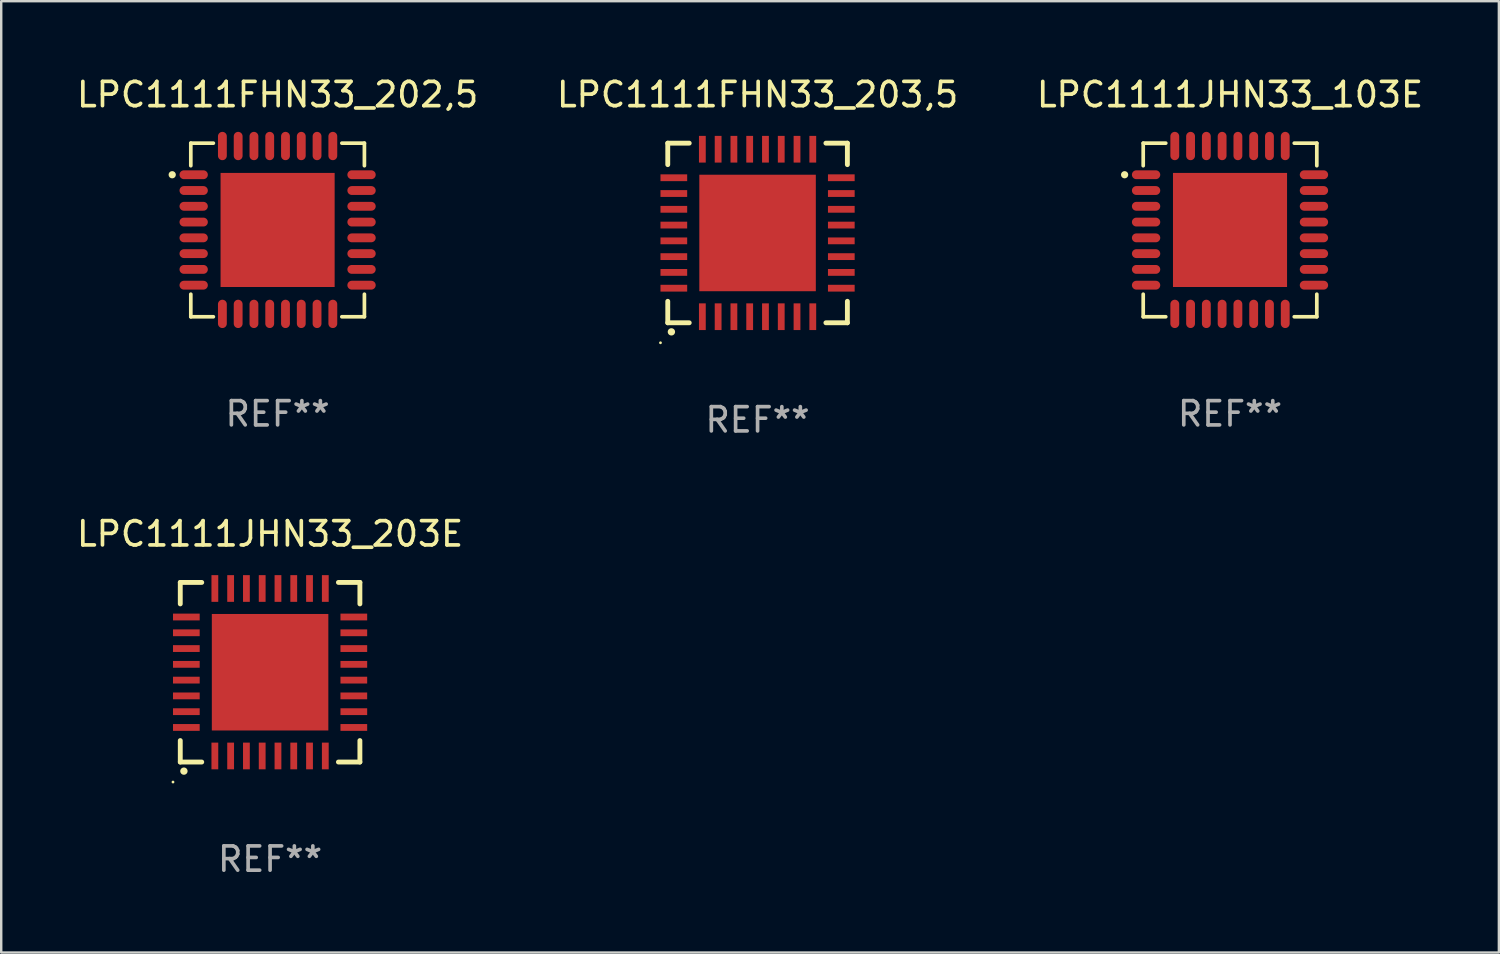
<source format=kicad_pcb>
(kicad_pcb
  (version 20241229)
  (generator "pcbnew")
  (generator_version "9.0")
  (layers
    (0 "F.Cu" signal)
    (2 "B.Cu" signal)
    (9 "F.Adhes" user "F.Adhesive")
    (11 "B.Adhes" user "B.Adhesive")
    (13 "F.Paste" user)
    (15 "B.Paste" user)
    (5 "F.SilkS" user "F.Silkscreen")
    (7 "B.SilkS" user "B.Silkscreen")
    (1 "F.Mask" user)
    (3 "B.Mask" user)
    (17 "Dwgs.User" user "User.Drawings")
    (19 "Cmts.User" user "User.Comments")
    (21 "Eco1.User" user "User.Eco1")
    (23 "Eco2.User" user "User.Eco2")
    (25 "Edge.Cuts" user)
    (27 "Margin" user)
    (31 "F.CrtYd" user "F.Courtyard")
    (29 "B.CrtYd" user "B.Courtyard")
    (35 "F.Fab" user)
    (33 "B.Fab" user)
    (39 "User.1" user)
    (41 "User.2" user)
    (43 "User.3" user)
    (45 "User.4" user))
  (footprint "LPC1111FHN33_202,5"
    (layer "F.Cu")
    (at 8.387 6.424)
    (property "Reference" "LPC1111FHN33_202,5" (at 0 -5.576 0) (layer "F.SilkS") (effects (font (size 1 1) (thickness 0.15))))
    (attr through_hole)
    (fp_line (start -3.576 -3.576) (end -3.576 -2.647) (stroke (width 0.152) (type solid)) (layer "F.SilkS"))
    (fp_line (start -3.576 3.576) (end -3.576 2.647) (stroke (width 0.152) (type solid)) (layer "F.SilkS"))
    (fp_line (start -2.647 -3.576) (end -3.576 -3.576) (stroke (width 0.152) (type solid)) (layer "F.SilkS"))
    (fp_line (start -2.647 3.576) (end -3.576 3.576) (stroke (width 0.152) (type solid)) (layer "F.SilkS"))
    (fp_line (start 2.647 -3.576) (end 3.576 -3.576) (stroke (width 0.152) (type solid)) (layer "F.SilkS"))
    (fp_line (start 2.647 3.576) (end 3.576 3.576) (stroke (width 0.152) (type solid)) (layer "F.SilkS"))
    (fp_line (start 3.576 -3.576) (end 3.576 -2.647) (stroke (width 0.152) (type solid)) (layer "F.SilkS"))
    (fp_line (start 3.576 3.576) (end 3.576 2.647) (stroke (width 0.152) (type solid)) (layer "F.SilkS"))
    (fp_circle (center -4.342 -2.275) (end -4.267 -2.275) (stroke (width 0.15) (type solid)) (fill no) (layer "F.SilkS"))
    (fp_text user "REF**" (at 0 7.576 0) (layer "F.Fab") (effects (font (size 1 1) (thickness 0.15))))
    (pad "1" smd oval (at -3.458 -2.275 270) (size 0.364 1.167) (layers "F.Cu" "F.Mask" "F.Paste"))
    (pad "2" smd oval (at -3.458 -1.625 270) (size 0.364 1.167) (layers "F.Cu" "F.Mask" "F.Paste"))
    (pad "3" smd oval (at -3.458 -0.975 270) (size 0.364 1.167) (layers "F.Cu" "F.Mask" "F.Paste"))
    (pad "4" smd oval (at -3.458 -0.325 270) (size 0.364 1.167) (layers "F.Cu" "F.Mask" "F.Paste"))
    (pad "5" smd oval (at -3.458 0.325 270) (size 0.364 1.167) (layers "F.Cu" "F.Mask" "F.Paste"))
    (pad "6" smd oval (at -3.458 0.975 270) (size 0.364 1.167) (layers "F.Cu" "F.Mask" "F.Paste"))
    (pad "7" smd oval (at -3.458 1.625 270) (size 0.364 1.167) (layers "F.Cu" "F.Mask" "F.Paste"))
    (pad "8" smd oval (at -3.458 2.275 270) (size 0.364 1.167) (layers "F.Cu" "F.Mask" "F.Paste"))
    (pad "9" smd oval (at -2.275 3.458 270) (size 1.167 0.364) (layers "F.Cu" "F.Mask" "F.Paste"))
    (pad "10" smd oval (at -1.625 3.458 270) (size 1.167 0.364) (layers "F.Cu" "F.Mask" "F.Paste"))
    (pad "11" smd oval (at -0.975 3.458 270) (size 1.167 0.364) (layers "F.Cu" "F.Mask" "F.Paste"))
    (pad "12" smd oval (at -0.325 3.458 270) (size 1.167 0.364) (layers "F.Cu" "F.Mask" "F.Paste"))
    (pad "13" smd oval (at 0.325 3.458 270) (size 1.167 0.364) (layers "F.Cu" "F.Mask" "F.Paste"))
    (pad "14" smd oval (at 0.975 3.458 270) (size 1.167 0.364) (layers "F.Cu" "F.Mask" "F.Paste"))
    (pad "15" smd oval (at 1.625 3.458 270) (size 1.167 0.364) (layers "F.Cu" "F.Mask" "F.Paste"))
    (pad "16" smd oval (at 2.275 3.458 270) (size 1.167 0.364) (layers "F.Cu" "F.Mask" "F.Paste"))
    (pad "17" smd oval (at 3.458 2.275 270) (size 0.364 1.167) (layers "F.Cu" "F.Mask" "F.Paste"))
    (pad "18" smd oval (at 3.458 1.625 270) (size 0.364 1.167) (layers "F.Cu" "F.Mask" "F.Paste"))
    (pad "19" smd oval (at 3.458 0.975 270) (size 0.364 1.167) (layers "F.Cu" "F.Mask" "F.Paste"))
    (pad "20" smd oval (at 3.458 0.325 270) (size 0.364 1.167) (layers "F.Cu" "F.Mask" "F.Paste"))
    (pad "21" smd oval (at 3.458 -0.325 270) (size 0.364 1.167) (layers "F.Cu" "F.Mask" "F.Paste"))
    (pad "22" smd oval (at 3.458 -0.975 270) (size 0.364 1.167) (layers "F.Cu" "F.Mask" "F.Paste"))
    (pad "23" smd oval (at 3.458 -1.625 270) (size 0.364 1.167) (layers "F.Cu" "F.Mask" "F.Paste"))
    (pad "24" smd oval (at 3.458 -2.275 270) (size 0.364 1.167) (layers "F.Cu" "F.Mask" "F.Paste"))
    (pad "25" smd oval (at 2.275 -3.458 270) (size 1.167 0.364) (layers "F.Cu" "F.Mask" "F.Paste"))
    (pad "26" smd oval (at 1.625 -3.458 270) (size 1.167 0.364) (layers "F.Cu" "F.Mask" "F.Paste"))
    (pad "27" smd oval (at 0.975 -3.458 270) (size 1.167 0.364) (layers "F.Cu" "F.Mask" "F.Paste"))
    (pad "28" smd oval (at 0.325 -3.458 270) (size 1.167 0.364) (layers "F.Cu" "F.Mask" "F.Paste"))
    (pad "29" smd oval (at -0.325 -3.458 270) (size 1.167 0.364) (layers "F.Cu" "F.Mask" "F.Paste"))
    (pad "30" smd oval (at -0.975 -3.458 270) (size 1.167 0.364) (layers "F.Cu" "F.Mask" "F.Paste"))
    (pad "31" smd oval (at -1.625 -3.458 270) (size 1.167 0.364) (layers "F.Cu" "F.Mask" "F.Paste"))
    (pad "32" smd oval (at -2.275 -3.458 270) (size 1.167 0.364) (layers "F.Cu" "F.Mask" "F.Paste"))
    (pad "33" smd rect (at 0 0 270) (size 4.7 4.7) (layers "F.Cu" "F.Mask" "F.Paste")))
  (footprint "LPC1111JHN33_203E"
    (layer "F.Cu")
    (at 8.077 24.645)
    (property "Reference" "LPC1111JHN33_203E" (at 0 -5.7 0) (layer "F.SilkS") (effects (font (size 1 1) (thickness 0.15))))
    (attr through_hole)
    (fp_line (start -3.7 -3.7) (end -2.815 -3.7) (stroke (width 0.2) (type solid)) (layer "F.SilkS"))
    (fp_line (start -3.7 -2.815) (end -3.7 -3.7) (stroke (width 0.2) (type solid)) (layer "F.SilkS"))
    (fp_line (start -3.7 3.7) (end -3.7 2.815) (stroke (width 0.2) (type solid)) (layer "F.SilkS"))
    (fp_line (start -2.815 3.7) (end -3.7 3.7) (stroke (width 0.2) (type solid)) (layer "F.SilkS"))
    (fp_line (start 2.815 3.7) (end 3.7 3.7) (stroke (width 0.2) (type solid)) (layer "F.SilkS"))
    (fp_line (start 3.7 -3.7) (end 2.815 -3.7) (stroke (width 0.2) (type solid)) (layer "F.SilkS"))
    (fp_line (start 3.7 -2.815) (end 3.7 -3.7) (stroke (width 0.2) (type solid)) (layer "F.SilkS"))
    (fp_line (start 3.7 3.7) (end 3.7 2.815) (stroke (width 0.2) (type solid)) (layer "F.SilkS"))
    (fp_arc (start -3.551308 4.074168) (mid -3.550038 4.074163) (end -3.548768 4.074168) (stroke (width 0.3) (type solid)) (layer "F.SilkS"))
    (fp_circle (center -4 4.524) (end -3.97 4.524) (stroke (width 0.06) (type solid)) (fill no) (layer "F.SilkS"))
    (fp_text user "REF**" (at 0 7.7 0) (layer "F.Fab") (effects (font (size 1 1) (thickness 0.15))))
    (pad "1" smd rect (at -2.275 3.45 180) (size 0.28 1.1) (layers "F.Cu" "F.Mask" "F.Paste"))
    (pad "2" smd rect (at -1.625 3.45 180) (size 0.28 1.1) (layers "F.Cu" "F.Mask" "F.Paste"))
    (pad "3" smd rect (at -0.975 3.45 180) (size 0.28 1.1) (layers "F.Cu" "F.Mask" "F.Paste"))
    (pad "4" smd rect (at -0.325 3.45 180) (size 0.28 1.1) (layers "F.Cu" "F.Mask" "F.Paste"))
    (pad "5" smd rect (at 0.325 3.45 180) (size 0.28 1.1) (layers "F.Cu" "F.Mask" "F.Paste"))
    (pad "6" smd rect (at 0.975 3.45 180) (size 0.28 1.1) (layers "F.Cu" "F.Mask" "F.Paste"))
    (pad "7" smd rect (at 1.625 3.45 180) (size 0.28 1.1) (layers "F.Cu" "F.Mask" "F.Paste"))
    (pad "8" smd rect (at 2.275 3.45 180) (size 0.28 1.1) (layers "F.Cu" "F.Mask" "F.Paste"))
    (pad "9" smd rect (at 3.45 2.275 90) (size 0.28 1.1) (layers "F.Cu" "F.Mask" "F.Paste"))
    (pad "10" smd rect (at 3.45 1.625 90) (size 0.28 1.1) (layers "F.Cu" "F.Mask" "F.Paste"))
    (pad "11" smd rect (at 3.45 0.975 90) (size 0.28 1.1) (layers "F.Cu" "F.Mask" "F.Paste"))
    (pad "12" smd rect (at 3.45 0.325 90) (size 0.28 1.1) (layers "F.Cu" "F.Mask" "F.Paste"))
    (pad "13" smd rect (at 3.45 -0.325 90) (size 0.28 1.1) (layers "F.Cu" "F.Mask" "F.Paste"))
    (pad "14" smd rect (at 3.45 -0.975 90) (size 0.28 1.1) (layers "F.Cu" "F.Mask" "F.Paste"))
    (pad "15" smd rect (at 3.45 -1.625 90) (size 0.28 1.1) (layers "F.Cu" "F.Mask" "F.Paste"))
    (pad "16" smd rect (at 3.45 -2.275 90) (size 0.28 1.1) (layers "F.Cu" "F.Mask" "F.Paste"))
    (pad "17" smd rect (at 2.275 -3.45 180) (size 0.28 1.1) (layers "F.Cu" "F.Mask" "F.Paste"))
    (pad "18" smd rect (at 1.625 -3.45 180) (size 0.28 1.1) (layers "F.Cu" "F.Mask" "F.Paste"))
    (pad "19" smd rect (at 0.975 -3.45 180) (size 0.28 1.1) (layers "F.Cu" "F.Mask" "F.Paste"))
    (pad "20" smd rect (at 0.325 -3.45 180) (size 0.28 1.1) (layers "F.Cu" "F.Mask" "F.Paste"))
    (pad "21" smd rect (at -0.325 -3.45 180) (size 0.28 1.1) (layers "F.Cu" "F.Mask" "F.Paste"))
    (pad "22" smd rect (at -0.975 -3.45 180) (size 0.28 1.1) (layers "F.Cu" "F.Mask" "F.Paste"))
    (pad "23" smd rect (at -1.625 -3.45 180) (size 0.28 1.1) (layers "F.Cu" "F.Mask" "F.Paste"))
    (pad "24" smd rect (at -2.275 -3.45 180) (size 0.28 1.1) (layers "F.Cu" "F.Mask" "F.Paste"))
    (pad "25" smd rect (at -3.45 -2.275 90) (size 0.28 1.1) (layers "F.Cu" "F.Mask" "F.Paste"))
    (pad "26" smd rect (at -3.45 -1.625 90) (size 0.28 1.1) (layers "F.Cu" "F.Mask" "F.Paste"))
    (pad "27" smd rect (at -3.45 -0.975 90) (size 0.28 1.1) (layers "F.Cu" "F.Mask" "F.Paste"))
    (pad "28" smd rect (at -3.45 -0.325 90) (size 0.28 1.1) (layers "F.Cu" "F.Mask" "F.Paste"))
    (pad "29" smd rect (at -3.45 0.325 90) (size 0.28 1.1) (layers "F.Cu" "F.Mask" "F.Paste"))
    (pad "30" smd rect (at -3.45 0.975 90) (size 0.28 1.1) (layers "F.Cu" "F.Mask" "F.Paste"))
    (pad "31" smd rect (at -3.45 1.625 90) (size 0.28 1.1) (layers "F.Cu" "F.Mask" "F.Paste"))
    (pad "32" smd rect (at -3.45 2.275 90) (size 0.28 1.1) (layers "F.Cu" "F.Mask" "F.Paste"))
    (pad "33" smd rect (at 0 0 90) (size 4.8 4.8) (layers "F.Cu" "F.Mask" "F.Paste")))
  (footprint "LPC1111JHN33_103E"
    (layer "F.Cu")
    (at 47.625 6.424)
    (property "Reference" "LPC1111JHN33_103E" (at 0 -5.576 0) (layer "F.SilkS") (effects (font (size 1 1) (thickness 0.15))))
    (attr through_hole)
    (fp_line (start -3.576 -3.576) (end -3.576 -2.647) (stroke (width 0.152) (type solid)) (layer "F.SilkS"))
    (fp_line (start -3.576 3.576) (end -3.576 2.647) (stroke (width 0.152) (type solid)) (layer "F.SilkS"))
    (fp_line (start -2.647 -3.576) (end -3.576 -3.576) (stroke (width 0.152) (type solid)) (layer "F.SilkS"))
    (fp_line (start -2.647 3.576) (end -3.576 3.576) (stroke (width 0.152) (type solid)) (layer "F.SilkS"))
    (fp_line (start 2.647 -3.576) (end 3.576 -3.576) (stroke (width 0.152) (type solid)) (layer "F.SilkS"))
    (fp_line (start 2.647 3.576) (end 3.576 3.576) (stroke (width 0.152) (type solid)) (layer "F.SilkS"))
    (fp_line (start 3.576 -3.576) (end 3.576 -2.647) (stroke (width 0.152) (type solid)) (layer "F.SilkS"))
    (fp_line (start 3.576 3.576) (end 3.576 2.647) (stroke (width 0.152) (type solid)) (layer "F.SilkS"))
    (fp_circle (center -4.342 -2.275) (end -4.267 -2.275) (stroke (width 0.15) (type solid)) (fill no) (layer "F.SilkS"))
    (fp_text user "REF**" (at 0 7.576 0) (layer "F.Fab") (effects (font (size 1 1) (thickness 0.15))))
    (pad "1" smd oval (at -3.458 -2.275 270) (size 0.364 1.167) (layers "F.Cu" "F.Mask" "F.Paste"))
    (pad "2" smd oval (at -3.458 -1.625 270) (size 0.364 1.167) (layers "F.Cu" "F.Mask" "F.Paste"))
    (pad "3" smd oval (at -3.458 -0.975 270) (size 0.364 1.167) (layers "F.Cu" "F.Mask" "F.Paste"))
    (pad "4" smd oval (at -3.458 -0.325 270) (size 0.364 1.167) (layers "F.Cu" "F.Mask" "F.Paste"))
    (pad "5" smd oval (at -3.458 0.325 270) (size 0.364 1.167) (layers "F.Cu" "F.Mask" "F.Paste"))
    (pad "6" smd oval (at -3.458 0.975 270) (size 0.364 1.167) (layers "F.Cu" "F.Mask" "F.Paste"))
    (pad "7" smd oval (at -3.458 1.625 270) (size 0.364 1.167) (layers "F.Cu" "F.Mask" "F.Paste"))
    (pad "8" smd oval (at -3.458 2.275 270) (size 0.364 1.167) (layers "F.Cu" "F.Mask" "F.Paste"))
    (pad "9" smd oval (at -2.275 3.458 270) (size 1.167 0.364) (layers "F.Cu" "F.Mask" "F.Paste"))
    (pad "10" smd oval (at -1.625 3.458 270) (size 1.167 0.364) (layers "F.Cu" "F.Mask" "F.Paste"))
    (pad "11" smd oval (at -0.975 3.458 270) (size 1.167 0.364) (layers "F.Cu" "F.Mask" "F.Paste"))
    (pad "12" smd oval (at -0.325 3.458 270) (size 1.167 0.364) (layers "F.Cu" "F.Mask" "F.Paste"))
    (pad "13" smd oval (at 0.325 3.458 270) (size 1.167 0.364) (layers "F.Cu" "F.Mask" "F.Paste"))
    (pad "14" smd oval (at 0.975 3.458 270) (size 1.167 0.364) (layers "F.Cu" "F.Mask" "F.Paste"))
    (pad "15" smd oval (at 1.625 3.458 270) (size 1.167 0.364) (layers "F.Cu" "F.Mask" "F.Paste"))
    (pad "16" smd oval (at 2.275 3.458 270) (size 1.167 0.364) (layers "F.Cu" "F.Mask" "F.Paste"))
    (pad "17" smd oval (at 3.458 2.275 270) (size 0.364 1.167) (layers "F.Cu" "F.Mask" "F.Paste"))
    (pad "18" smd oval (at 3.458 1.625 270) (size 0.364 1.167) (layers "F.Cu" "F.Mask" "F.Paste"))
    (pad "19" smd oval (at 3.458 0.975 270) (size 0.364 1.167) (layers "F.Cu" "F.Mask" "F.Paste"))
    (pad "20" smd oval (at 3.458 0.325 270) (size 0.364 1.167) (layers "F.Cu" "F.Mask" "F.Paste"))
    (pad "21" smd oval (at 3.458 -0.325 270) (size 0.364 1.167) (layers "F.Cu" "F.Mask" "F.Paste"))
    (pad "22" smd oval (at 3.458 -0.975 270) (size 0.364 1.167) (layers "F.Cu" "F.Mask" "F.Paste"))
    (pad "23" smd oval (at 3.458 -1.625 270) (size 0.364 1.167) (layers "F.Cu" "F.Mask" "F.Paste"))
    (pad "24" smd oval (at 3.458 -2.275 270) (size 0.364 1.167) (layers "F.Cu" "F.Mask" "F.Paste"))
    (pad "25" smd oval (at 2.275 -3.458 270) (size 1.167 0.364) (layers "F.Cu" "F.Mask" "F.Paste"))
    (pad "26" smd oval (at 1.625 -3.458 270) (size 1.167 0.364) (layers "F.Cu" "F.Mask" "F.Paste"))
    (pad "27" smd oval (at 0.975 -3.458 270) (size 1.167 0.364) (layers "F.Cu" "F.Mask" "F.Paste"))
    (pad "28" smd oval (at 0.325 -3.458 270) (size 1.167 0.364) (layers "F.Cu" "F.Mask" "F.Paste"))
    (pad "29" smd oval (at -0.325 -3.458 270) (size 1.167 0.364) (layers "F.Cu" "F.Mask" "F.Paste"))
    (pad "30" smd oval (at -0.975 -3.458 270) (size 1.167 0.364) (layers "F.Cu" "F.Mask" "F.Paste"))
    (pad "31" smd oval (at -1.625 -3.458 270) (size 1.167 0.364) (layers "F.Cu" "F.Mask" "F.Paste"))
    (pad "32" smd oval (at -2.275 -3.458 270) (size 1.167 0.364) (layers "F.Cu" "F.Mask" "F.Paste"))
    (pad "33" smd rect (at 0 0 270) (size 4.7 4.7) (layers "F.Cu" "F.Mask" "F.Paste")))
  (footprint "LPC1111FHN33_203,5"
    (layer "F.Cu")
    (at 28.161 6.548)
    (property "Reference" "LPC1111FHN33_203,5" (at 0 -5.7 0) (layer "F.SilkS") (effects (font (size 1 1) (thickness 0.15))))
    (attr through_hole)
    (fp_line (start -3.7 -3.7) (end -2.815 -3.7) (stroke (width 0.2) (type solid)) (layer "F.SilkS"))
    (fp_line (start -3.7 -2.815) (end -3.7 -3.7) (stroke (width 0.2) (type solid)) (layer "F.SilkS"))
    (fp_line (start -3.7 3.7) (end -3.7 2.815) (stroke (width 0.2) (type solid)) (layer "F.SilkS"))
    (fp_line (start -2.815 3.7) (end -3.7 3.7) (stroke (width 0.2) (type solid)) (layer "F.SilkS"))
    (fp_line (start 2.815 3.7) (end 3.7 3.7) (stroke (width 0.2) (type solid)) (layer "F.SilkS"))
    (fp_line (start 3.7 -3.7) (end 2.815 -3.7) (stroke (width 0.2) (type solid)) (layer "F.SilkS"))
    (fp_line (start 3.7 -2.815) (end 3.7 -3.7) (stroke (width 0.2) (type solid)) (layer "F.SilkS"))
    (fp_line (start 3.7 3.7) (end 3.7 2.815) (stroke (width 0.2) (type solid)) (layer "F.SilkS"))
    (fp_arc (start -3.551308 4.074168) (mid -3.550038 4.074163) (end -3.548768 4.074168) (stroke (width 0.3) (type solid)) (layer "F.SilkS"))
    (fp_circle (center -4 4.524) (end -3.97 4.524) (stroke (width 0.06) (type solid)) (fill no) (layer "F.SilkS"))
    (fp_text user "REF**" (at 0 7.7 0) (layer "F.Fab") (effects (font (size 1 1) (thickness 0.15))))
    (pad "1" smd rect (at -2.275 3.45 180) (size 0.28 1.1) (layers "F.Cu" "F.Mask" "F.Paste"))
    (pad "2" smd rect (at -1.625 3.45 180) (size 0.28 1.1) (layers "F.Cu" "F.Mask" "F.Paste"))
    (pad "3" smd rect (at -0.975 3.45 180) (size 0.28 1.1) (layers "F.Cu" "F.Mask" "F.Paste"))
    (pad "4" smd rect (at -0.325 3.45 180) (size 0.28 1.1) (layers "F.Cu" "F.Mask" "F.Paste"))
    (pad "5" smd rect (at 0.325 3.45 180) (size 0.28 1.1) (layers "F.Cu" "F.Mask" "F.Paste"))
    (pad "6" smd rect (at 0.975 3.45 180) (size 0.28 1.1) (layers "F.Cu" "F.Mask" "F.Paste"))
    (pad "7" smd rect (at 1.625 3.45 180) (size 0.28 1.1) (layers "F.Cu" "F.Mask" "F.Paste"))
    (pad "8" smd rect (at 2.275 3.45 180) (size 0.28 1.1) (layers "F.Cu" "F.Mask" "F.Paste"))
    (pad "9" smd rect (at 3.45 2.275 90) (size 0.28 1.1) (layers "F.Cu" "F.Mask" "F.Paste"))
    (pad "10" smd rect (at 3.45 1.625 90) (size 0.28 1.1) (layers "F.Cu" "F.Mask" "F.Paste"))
    (pad "11" smd rect (at 3.45 0.975 90) (size 0.28 1.1) (layers "F.Cu" "F.Mask" "F.Paste"))
    (pad "12" smd rect (at 3.45 0.325 90) (size 0.28 1.1) (layers "F.Cu" "F.Mask" "F.Paste"))
    (pad "13" smd rect (at 3.45 -0.325 90) (size 0.28 1.1) (layers "F.Cu" "F.Mask" "F.Paste"))
    (pad "14" smd rect (at 3.45 -0.975 90) (size 0.28 1.1) (layers "F.Cu" "F.Mask" "F.Paste"))
    (pad "15" smd rect (at 3.45 -1.625 90) (size 0.28 1.1) (layers "F.Cu" "F.Mask" "F.Paste"))
    (pad "16" smd rect (at 3.45 -2.275 90) (size 0.28 1.1) (layers "F.Cu" "F.Mask" "F.Paste"))
    (pad "17" smd rect (at 2.275 -3.45 180) (size 0.28 1.1) (layers "F.Cu" "F.Mask" "F.Paste"))
    (pad "18" smd rect (at 1.625 -3.45 180) (size 0.28 1.1) (layers "F.Cu" "F.Mask" "F.Paste"))
    (pad "19" smd rect (at 0.975 -3.45 180) (size 0.28 1.1) (layers "F.Cu" "F.Mask" "F.Paste"))
    (pad "20" smd rect (at 0.325 -3.45 180) (size 0.28 1.1) (layers "F.Cu" "F.Mask" "F.Paste"))
    (pad "21" smd rect (at -0.325 -3.45 180) (size 0.28 1.1) (layers "F.Cu" "F.Mask" "F.Paste"))
    (pad "22" smd rect (at -0.975 -3.45 180) (size 0.28 1.1) (layers "F.Cu" "F.Mask" "F.Paste"))
    (pad "23" smd rect (at -1.625 -3.45 180) (size 0.28 1.1) (layers "F.Cu" "F.Mask" "F.Paste"))
    (pad "24" smd rect (at -2.275 -3.45 180) (size 0.28 1.1) (layers "F.Cu" "F.Mask" "F.Paste"))
    (pad "25" smd rect (at -3.45 -2.275 90) (size 0.28 1.1) (layers "F.Cu" "F.Mask" "F.Paste"))
    (pad "26" smd rect (at -3.45 -1.625 90) (size 0.28 1.1) (layers "F.Cu" "F.Mask" "F.Paste"))
    (pad "27" smd rect (at -3.45 -0.975 90) (size 0.28 1.1) (layers "F.Cu" "F.Mask" "F.Paste"))
    (pad "28" smd rect (at -3.45 -0.325 90) (size 0.28 1.1) (layers "F.Cu" "F.Mask" "F.Paste"))
    (pad "29" smd rect (at -3.45 0.325 90) (size 0.28 1.1) (layers "F.Cu" "F.Mask" "F.Paste"))
    (pad "30" smd rect (at -3.45 0.975 90) (size 0.28 1.1) (layers "F.Cu" "F.Mask" "F.Paste"))
    (pad "31" smd rect (at -3.45 1.625 90) (size 0.28 1.1) (layers "F.Cu" "F.Mask" "F.Paste"))
    (pad "32" smd rect (at -3.45 2.275 90) (size 0.28 1.1) (layers "F.Cu" "F.Mask" "F.Paste"))
    (pad "33" smd rect (at 0 0 90) (size 4.8 4.8) (layers "F.Cu" "F.Mask" "F.Paste")))
  (gr_rect
    (start -3 -3)
    (end 58.702 36.193)
    (stroke (width 0.1) (type default))
    (fill no)
    (layer "Edge.Cuts")))
</source>
